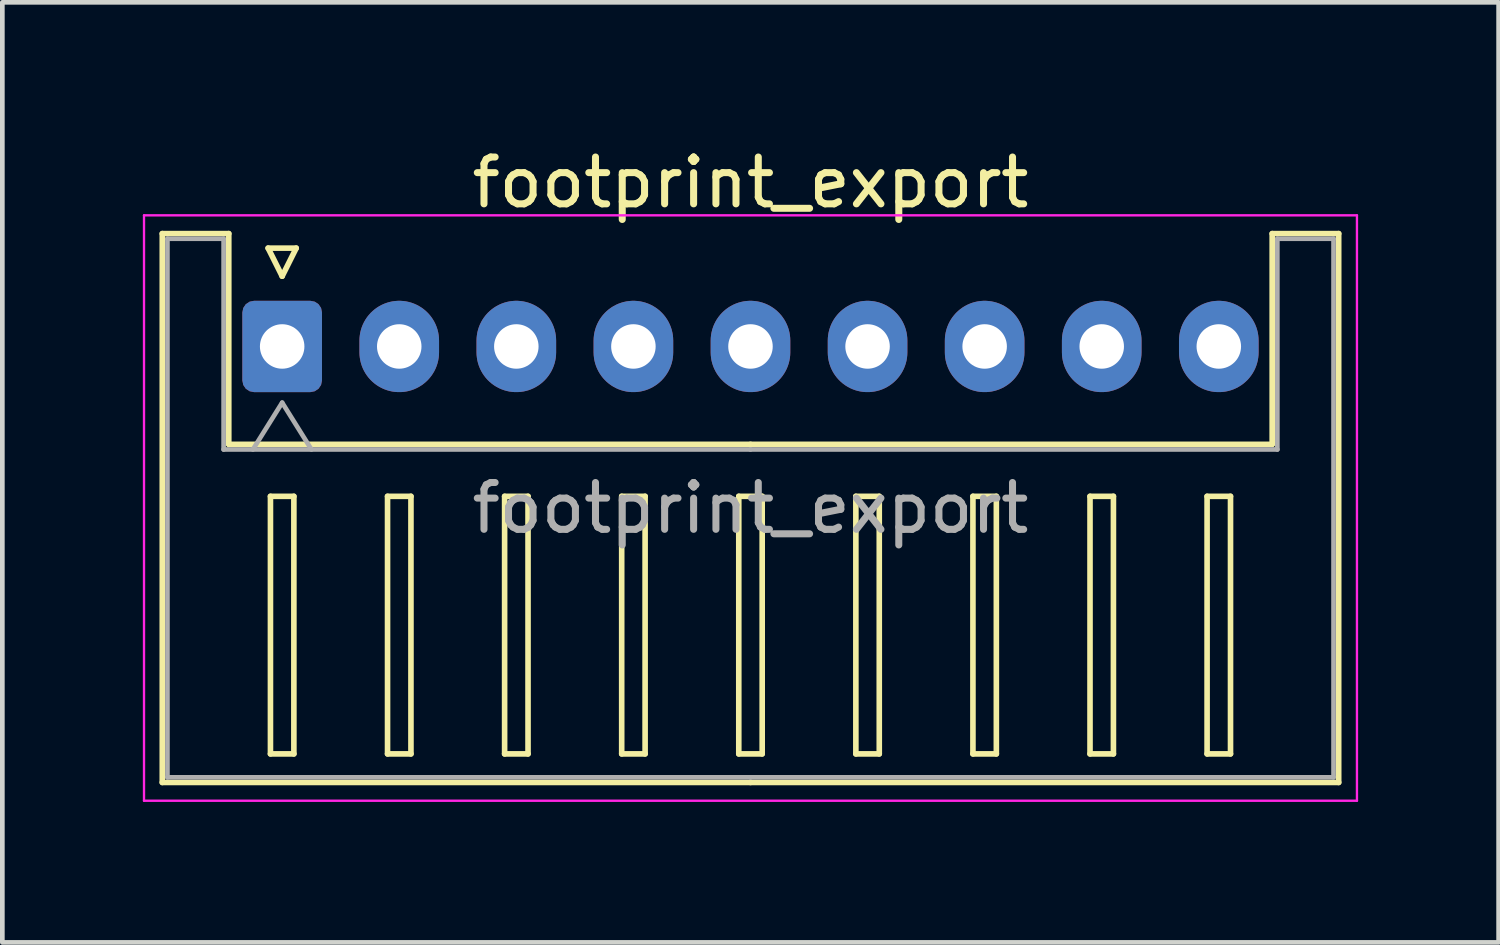
<source format=kicad_pcb>
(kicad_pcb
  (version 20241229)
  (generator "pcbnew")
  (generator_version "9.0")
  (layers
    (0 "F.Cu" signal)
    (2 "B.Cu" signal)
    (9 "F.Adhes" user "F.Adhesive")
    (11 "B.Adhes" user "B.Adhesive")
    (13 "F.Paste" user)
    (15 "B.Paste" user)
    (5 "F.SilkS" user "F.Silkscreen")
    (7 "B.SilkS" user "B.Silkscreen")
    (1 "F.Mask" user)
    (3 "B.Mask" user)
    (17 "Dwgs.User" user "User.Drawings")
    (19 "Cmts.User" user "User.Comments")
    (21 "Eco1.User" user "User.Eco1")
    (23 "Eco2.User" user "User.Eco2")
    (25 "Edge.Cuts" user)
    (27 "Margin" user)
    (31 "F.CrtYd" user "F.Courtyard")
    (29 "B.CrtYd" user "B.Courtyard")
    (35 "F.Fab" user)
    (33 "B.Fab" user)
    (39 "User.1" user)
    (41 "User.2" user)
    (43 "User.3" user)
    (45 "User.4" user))
  (footprint "footprint_export"
    (layer "F.Cu")
    (at 2.975 4.348)
    (property "Reference" "footprint_export" (at 10 -3.5 0) (layer "F.SilkS") (effects (font (size 1 1) (thickness 0.15))))
    (attr through_hole)
    (fp_line (start -2.56 -2.41) (end -1.14 -2.41) (stroke (width 0.12) (type solid)) (layer "F.SilkS"))
    (fp_line (start -2.56 9.31) (end -2.56 -2.41) (stroke (width 0.12) (type solid)) (layer "F.SilkS"))
    (fp_line (start -1.14 -2.41) (end -1.14 2.09) (stroke (width 0.12) (type solid)) (layer "F.SilkS"))
    (fp_line (start -1.14 2.09) (end 10 2.09) (stroke (width 0.12) (type solid)) (layer "F.SilkS"))
    (fp_line (start -0.3 -2.1) (end 0.3 -2.1) (stroke (width 0.12) (type solid)) (layer "F.SilkS"))
    (fp_line (start -0.25 3.2) (end -0.25 8.7) (stroke (width 0.12) (type solid)) (layer "F.SilkS"))
    (fp_line (start -0.25 8.7) (end 0.25 8.7) (stroke (width 0.12) (type solid)) (layer "F.SilkS"))
    (fp_line (start 0 -1.5) (end -0.3 -2.1) (stroke (width 0.12) (type solid)) (layer "F.SilkS"))
    (fp_line (start 0.25 3.2) (end -0.25 3.2) (stroke (width 0.12) (type solid)) (layer "F.SilkS"))
    (fp_line (start 0.25 8.7) (end 0.25 3.2) (stroke (width 0.12) (type solid)) (layer "F.SilkS"))
    (fp_line (start 0.3 -2.1) (end 0 -1.5) (stroke (width 0.12) (type solid)) (layer "F.SilkS"))
    (fp_line (start 2.25 3.2) (end 2.25 8.7) (stroke (width 0.12) (type solid)) (layer "F.SilkS"))
    (fp_line (start 2.25 8.7) (end 2.75 8.7) (stroke (width 0.12) (type solid)) (layer "F.SilkS"))
    (fp_line (start 2.75 3.2) (end 2.25 3.2) (stroke (width 0.12) (type solid)) (layer "F.SilkS"))
    (fp_line (start 2.75 8.7) (end 2.75 3.2) (stroke (width 0.12) (type solid)) (layer "F.SilkS"))
    (fp_line (start 4.75 3.2) (end 4.75 8.7) (stroke (width 0.12) (type solid)) (layer "F.SilkS"))
    (fp_line (start 4.75 8.7) (end 5.25 8.7) (stroke (width 0.12) (type solid)) (layer "F.SilkS"))
    (fp_line (start 5.25 3.2) (end 4.75 3.2) (stroke (width 0.12) (type solid)) (layer "F.SilkS"))
    (fp_line (start 5.25 8.7) (end 5.25 3.2) (stroke (width 0.12) (type solid)) (layer "F.SilkS"))
    (fp_line (start 7.25 3.2) (end 7.25 8.7) (stroke (width 0.12) (type solid)) (layer "F.SilkS"))
    (fp_line (start 7.25 8.7) (end 7.75 8.7) (stroke (width 0.12) (type solid)) (layer "F.SilkS"))
    (fp_line (start 7.75 3.2) (end 7.25 3.2) (stroke (width 0.12) (type solid)) (layer "F.SilkS"))
    (fp_line (start 7.75 8.7) (end 7.75 3.2) (stroke (width 0.12) (type solid)) (layer "F.SilkS"))
    (fp_line (start 9.75 3.2) (end 9.75 8.7) (stroke (width 0.12) (type solid)) (layer "F.SilkS"))
    (fp_line (start 9.75 8.7) (end 10.25 8.7) (stroke (width 0.12) (type solid)) (layer "F.SilkS"))
    (fp_line (start 10 9.31) (end -2.56 9.31) (stroke (width 0.12) (type solid)) (layer "F.SilkS"))
    (fp_line (start 10 9.31) (end 22.56 9.31) (stroke (width 0.12) (type solid)) (layer "F.SilkS"))
    (fp_line (start 10.25 3.2) (end 9.75 3.2) (stroke (width 0.12) (type solid)) (layer "F.SilkS"))
    (fp_line (start 10.25 8.7) (end 10.25 3.2) (stroke (width 0.12) (type solid)) (layer "F.SilkS"))
    (fp_line (start 12.25 3.2) (end 12.25 8.7) (stroke (width 0.12) (type solid)) (layer "F.SilkS"))
    (fp_line (start 12.25 8.7) (end 12.75 8.7) (stroke (width 0.12) (type solid)) (layer "F.SilkS"))
    (fp_line (start 12.75 3.2) (end 12.25 3.2) (stroke (width 0.12) (type solid)) (layer "F.SilkS"))
    (fp_line (start 12.75 8.7) (end 12.75 3.2) (stroke (width 0.12) (type solid)) (layer "F.SilkS"))
    (fp_line (start 14.75 3.2) (end 14.75 8.7) (stroke (width 0.12) (type solid)) (layer "F.SilkS"))
    (fp_line (start 14.75 8.7) (end 15.25 8.7) (stroke (width 0.12) (type solid)) (layer "F.SilkS"))
    (fp_line (start 15.25 3.2) (end 14.75 3.2) (stroke (width 0.12) (type solid)) (layer "F.SilkS"))
    (fp_line (start 15.25 8.7) (end 15.25 3.2) (stroke (width 0.12) (type solid)) (layer "F.SilkS"))
    (fp_line (start 17.25 3.2) (end 17.25 8.7) (stroke (width 0.12) (type solid)) (layer "F.SilkS"))
    (fp_line (start 17.25 8.7) (end 17.75 8.7) (stroke (width 0.12) (type solid)) (layer "F.SilkS"))
    (fp_line (start 17.75 3.2) (end 17.25 3.2) (stroke (width 0.12) (type solid)) (layer "F.SilkS"))
    (fp_line (start 17.75 8.7) (end 17.75 3.2) (stroke (width 0.12) (type solid)) (layer "F.SilkS"))
    (fp_line (start 19.75 3.2) (end 19.75 8.7) (stroke (width 0.12) (type solid)) (layer "F.SilkS"))
    (fp_line (start 19.75 8.7) (end 20.25 8.7) (stroke (width 0.12) (type solid)) (layer "F.SilkS"))
    (fp_line (start 20.25 3.2) (end 19.75 3.2) (stroke (width 0.12) (type solid)) (layer "F.SilkS"))
    (fp_line (start 20.25 8.7) (end 20.25 3.2) (stroke (width 0.12) (type solid)) (layer "F.SilkS"))
    (fp_line (start 21.14 -2.41) (end 21.14 2.09) (stroke (width 0.12) (type solid)) (layer "F.SilkS"))
    (fp_line (start 21.14 2.09) (end 10 2.09) (stroke (width 0.12) (type solid)) (layer "F.SilkS"))
    (fp_line (start 22.56 -2.41) (end 21.14 -2.41) (stroke (width 0.12) (type solid)) (layer "F.SilkS"))
    (fp_line (start 22.56 9.31) (end 22.56 -2.41) (stroke (width 0.12) (type solid)) (layer "F.SilkS"))
    (fp_line (start -2.95 -2.8) (end -2.95 9.7) (stroke (width 0.05) (type solid)) (layer "F.CrtYd"))
    (fp_line (start -2.95 9.7) (end 22.95 9.7) (stroke (width 0.05) (type solid)) (layer "F.CrtYd"))
    (fp_line (start 22.95 -2.8) (end -2.95 -2.8) (stroke (width 0.05) (type solid)) (layer "F.CrtYd"))
    (fp_line (start 22.95 9.7) (end 22.95 -2.8) (stroke (width 0.05) (type solid)) (layer "F.CrtYd"))
    (fp_line (start -2.45 -2.3) (end -1.25 -2.3) (stroke (width 0.1) (type solid)) (layer "F.Fab"))
    (fp_line (start -2.45 9.2) (end -2.45 -2.3) (stroke (width 0.1) (type solid)) (layer "F.Fab"))
    (fp_line (start -1.25 -2.3) (end -1.25 2.2) (stroke (width 0.1) (type solid)) (layer "F.Fab"))
    (fp_line (start -1.25 2.2) (end 10 2.2) (stroke (width 0.1) (type solid)) (layer "F.Fab"))
    (fp_line (start -0.625 2.2) (end 0 1.2) (stroke (width 0.1) (type solid)) (layer "F.Fab"))
    (fp_line (start 0 1.2) (end 0.625 2.2) (stroke (width 0.1) (type solid)) (layer "F.Fab"))
    (fp_line (start 10 9.2) (end -2.45 9.2) (stroke (width 0.1) (type solid)) (layer "F.Fab"))
    (fp_line (start 10 9.2) (end 22.45 9.2) (stroke (width 0.1) (type solid)) (layer "F.Fab"))
    (fp_line (start 21.25 -2.3) (end 21.25 2.2) (stroke (width 0.1) (type solid)) (layer "F.Fab"))
    (fp_line (start 21.25 2.2) (end 10 2.2) (stroke (width 0.1) (type solid)) (layer "F.Fab"))
    (fp_line (start 22.45 -2.3) (end 21.25 -2.3) (stroke (width 0.1) (type solid)) (layer "F.Fab"))
    (fp_line (start 22.45 9.2) (end 22.45 -2.3) (stroke (width 0.1) (type solid)) (layer "F.Fab"))
    (fp_text user "${REFERENCE}" (at 10 3.45 0) (layer "F.Fab") (effects (font (size 1 1) (thickness 0.15))))
    (pad "1" thru_hole roundrect (at 0 0) (size 1.7 1.95) (drill 0.95) (layers "*.Cu" "*.Mask") (roundrect_rratio 0.147))
    (pad "2" thru_hole oval (at 2.5 0) (size 1.7 1.95) (drill 0.95) (layers "*.Cu" "*.Mask"))
    (pad "3" thru_hole oval (at 5 0) (size 1.7 1.95) (drill 0.95) (layers "*.Cu" "*.Mask"))
    (pad "4" thru_hole oval (at 7.5 0) (size 1.7 1.95) (drill 0.95) (layers "*.Cu" "*.Mask"))
    (pad "5" thru_hole oval (at 10 0) (size 1.7 1.95) (drill 0.95) (layers "*.Cu" "*.Mask"))
    (pad "6" thru_hole oval (at 12.5 0) (size 1.7 1.95) (drill 0.95) (layers "*.Cu" "*.Mask"))
    (pad "7" thru_hole oval (at 15 0) (size 1.7 1.95) (drill 0.95) (layers "*.Cu" "*.Mask"))
    (pad "8" thru_hole oval (at 17.5 0) (size 1.7 1.95) (drill 0.95) (layers "*.Cu" "*.Mask"))
    (pad "9" thru_hole oval (at 20 0) (size 1.7 1.95) (drill 0.95) (layers "*.Cu" "*.Mask")))
  (gr_rect
    (start -3 -3)
    (end 28.95 17.073)
    (stroke (width 0.1) (type default))
    (fill no)
    (layer "Edge.Cuts")))
</source>
